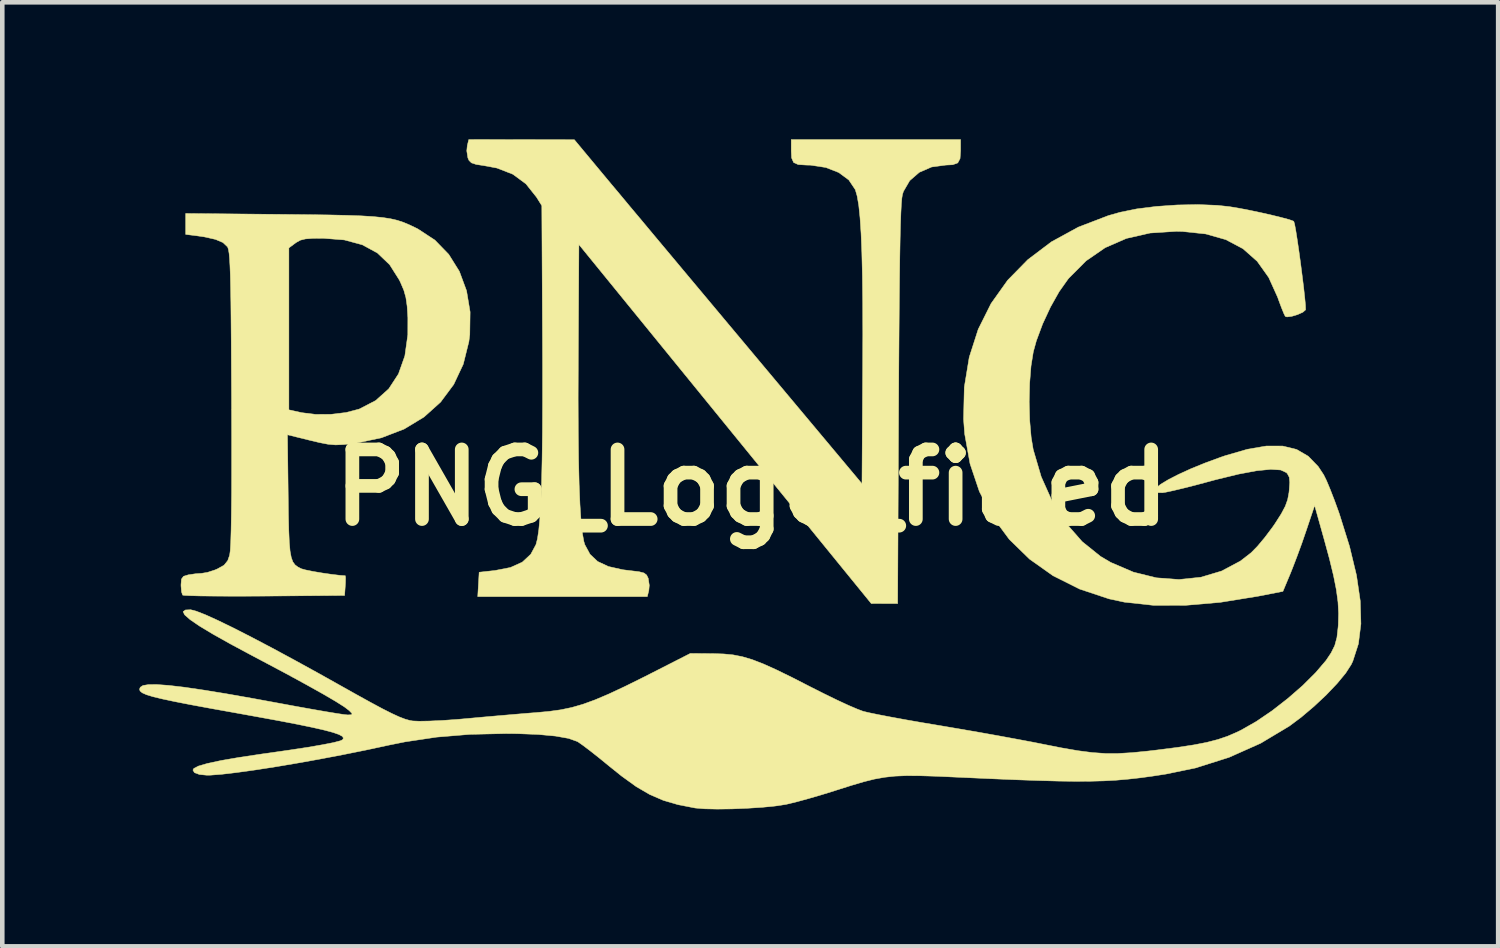
<source format=kicad_pcb>
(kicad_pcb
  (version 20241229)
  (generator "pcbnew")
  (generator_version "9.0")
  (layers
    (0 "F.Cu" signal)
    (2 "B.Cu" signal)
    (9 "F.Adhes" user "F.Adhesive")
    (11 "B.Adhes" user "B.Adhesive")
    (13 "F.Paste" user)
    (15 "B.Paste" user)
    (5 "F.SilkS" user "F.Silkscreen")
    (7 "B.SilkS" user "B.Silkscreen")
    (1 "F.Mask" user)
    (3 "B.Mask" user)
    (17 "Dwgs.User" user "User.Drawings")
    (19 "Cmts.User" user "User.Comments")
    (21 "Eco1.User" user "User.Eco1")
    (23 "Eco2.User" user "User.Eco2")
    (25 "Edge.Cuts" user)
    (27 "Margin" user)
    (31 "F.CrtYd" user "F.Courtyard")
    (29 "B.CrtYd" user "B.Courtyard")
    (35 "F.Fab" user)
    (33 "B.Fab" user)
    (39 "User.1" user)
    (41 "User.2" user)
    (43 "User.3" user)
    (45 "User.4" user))
  (footprint "PNG_Logo_filled"
    (layer "F.Cu")
    (at 13.41 7.625)
    (property "Reference" "PNG_Logo_filled" (at 0 0 0) (layer "F.SilkS") (effects (font (size 1.524 1.524) (thickness 0.3))))
    (attr through_hole)
    (fp_poly (pts (xy 4.572 -7.371) (xy 4.56 -7.202) (xy 4.51 -7.108) (xy 4.399 -7.068) (xy 4.25 -7.061) (xy 3.938 -7.019) (xy 3.668 -6.902) (xy 3.458 -6.72) (xy 3.32 -6.483) (xy 3.298 -6.411) (xy 3.286 -6.337) (xy 3.275 -6.207) (xy 3.265 -6.016) (xy 3.256 -5.761) (xy 3.248 -5.437) (xy 3.241 -5.038) (xy 3.235 -4.561) (xy 3.229 -4.001) (xy 3.224 -3.352) (xy 3.219 -2.612) (xy 3.215 -1.816) (xy 3.194 2.54) (xy 2.616 2.539) (xy -3.785 -5.321) (xy -3.799 -2.775) (xy -3.802 -1.955) (xy -3.799 -1.234) (xy -3.792 -0.609) (xy -3.78 -0.077) (xy -3.762 0.365) (xy -3.739 0.72) (xy -3.711 0.99) (xy -3.677 1.178) (xy -3.656 1.249) (xy -3.542 1.46) (xy -3.375 1.618) (xy -3.14 1.728) (xy -2.826 1.799) (xy -2.654 1.82) (xy -2.47 1.842) (xy -2.361 1.87) (xy -2.302 1.915) (xy -2.267 1.987) (xy -2.244 2.14) (xy -2.254 2.253) (xy -2.288 2.388) (xy -6 2.388) (xy -5.969 1.854) (xy -5.623 1.816) (xy -5.284 1.75) (xy -5.025 1.633) (xy -4.839 1.46) (xy -4.725 1.248) (xy -4.692 1.12) (xy -4.663 0.924) (xy -4.638 0.657) (xy -4.618 0.314) (xy -4.602 -0.108) (xy -4.591 -0.614) (xy -4.583 -1.207) (xy -4.58 -1.891) (xy -4.58 -2.671) (xy -4.582 -3.226) (xy -4.597 -6.172) (xy -4.714 -6.359) (xy -4.945 -6.649) (xy -5.231 -6.86) (xy -5.581 -6.996) (xy -5.859 -7.048) (xy -6.035 -7.075) (xy -6.137 -7.109) (xy -6.192 -7.163) (xy -6.216 -7.219) (xy -6.24 -7.372) (xy -6.229 -7.486) (xy -6.196 -7.62) (xy -5.041 -7.618) (xy -3.886 -7.617) (xy -3.073 -6.64) (xy -2.899 -6.433) (xy -2.669 -6.156) (xy -2.388 -5.821) (xy -2.066 -5.435) (xy -1.71 -5.01) (xy -1.328 -4.553) (xy -0.928 -4.075) (xy -0.518 -3.585) (xy -0.105 -3.092) (xy 0.077 -2.874) (xy 2.413 -0.084) (xy 2.428 -2.569) (xy 2.431 -3.353) (xy 2.429 -4.039) (xy 2.422 -4.634) (xy 2.41 -5.14) (xy 2.393 -5.564) (xy 2.37 -5.909) (xy 2.342 -6.181) (xy 2.307 -6.383) (xy 2.267 -6.521) (xy 2.265 -6.525) (xy 2.125 -6.734) (xy 1.905 -6.897) (xy 1.622 -7.008) (xy 1.289 -7.059) (xy 1.195 -7.061) (xy 1.016 -7.072) (xy 0.916 -7.117) (xy 0.872 -7.218) (xy 0.864 -7.371) (xy 0.864 -7.62) (xy 4.572 -7.62) (xy 4.572 -7.371)) (stroke (width 0.01) (type solid)) (fill yes) (layer "F.SilkS"))
    (fp_poly (pts (xy -10.274 -5.981) (xy -9.718 -5.975) (xy -9.252 -5.969) (xy -8.866 -5.96) (xy -8.549 -5.949) (xy -8.291 -5.933) (xy -8.08 -5.912) (xy -7.906 -5.885) (xy -7.757 -5.85) (xy -7.624 -5.806) (xy -7.494 -5.751) (xy -7.358 -5.686) (xy -7.307 -5.66) (xy -6.938 -5.418) (xy -6.635 -5.106) (xy -6.402 -4.733) (xy -6.245 -4.309) (xy -6.167 -3.845) (xy -6.174 -3.351) (xy -6.194 -3.195) (xy -6.317 -2.701) (xy -6.526 -2.257) (xy -6.814 -1.87) (xy -7.177 -1.544) (xy -7.61 -1.282) (xy -8.108 -1.09) (xy -8.666 -0.972) (xy -8.723 -0.964) (xy -8.942 -0.941) (xy -9.113 -0.934) (xy -9.275 -0.948) (xy -9.466 -0.985) (xy -9.668 -1.033) (xy -10.166 -1.156) (xy -10.15 0.171) (xy -10.145 0.599) (xy -10.137 0.937) (xy -10.126 1.197) (xy -10.109 1.39) (xy -10.083 1.53) (xy -10.048 1.626) (xy -10 1.692) (xy -9.938 1.739) (xy -9.861 1.778) (xy -9.767 1.804) (xy -9.604 1.837) (xy -9.403 1.871) (xy -9.194 1.901) (xy -9.009 1.923) (xy -8.9 1.93) (xy -8.894 1.975) (xy -8.896 2.089) (xy -8.9 2.146) (xy -8.915 2.362) (xy -10.672 2.376) (xy -11.084 2.378) (xy -11.465 2.378) (xy -11.8 2.376) (xy -12.08 2.373) (xy -12.291 2.367) (xy -12.423 2.361) (xy -12.462 2.354) (xy -12.485 2.285) (xy -12.496 2.159) (xy -12.497 2.131) (xy -12.487 2.004) (xy -12.442 1.943) (xy -12.338 1.911) (xy -12.177 1.887) (xy -12.046 1.878) (xy -11.917 1.857) (xy -11.754 1.804) (xy -11.7 1.781) (xy -11.555 1.7) (xy -11.474 1.6) (xy -11.432 1.479) (xy -11.419 1.384) (xy -11.408 1.202) (xy -11.4 0.93) (xy -11.394 0.567) (xy -11.389 0.11) (xy -11.388 -0.442) (xy -11.388 -1.091) (xy -11.39 -1.84) (xy -11.39 -1.941) (xy -11.394 -2.604) (xy -11.397 -3.173) (xy -11.401 -3.654) (xy -11.405 -4.056) (xy -11.411 -4.386) (xy -11.417 -4.65) (xy -11.425 -4.857) (xy -11.434 -5.014) (xy -11.444 -5.127) (xy -11.457 -5.204) (xy -11.469 -5.247) (xy -10.135 -5.247) (xy -10.135 -1.702) (xy -9.855 -1.64) (xy -9.554 -1.602) (xy -9.215 -1.604) (xy -8.883 -1.643) (xy -8.601 -1.717) (xy -8.594 -1.719) (xy -8.235 -1.905) (xy -7.949 -2.161) (xy -7.736 -2.487) (xy -7.596 -2.882) (xy -7.531 -3.344) (xy -7.53 -3.719) (xy -7.546 -3.972) (xy -7.573 -4.16) (xy -7.618 -4.32) (xy -7.69 -4.489) (xy -7.718 -4.547) (xy -7.929 -4.88) (xy -8.196 -5.135) (xy -8.526 -5.315) (xy -8.922 -5.422) (xy -9.382 -5.458) (xy -9.615 -5.456) (xy -9.773 -5.444) (xy -9.882 -5.417) (xy -9.968 -5.37) (xy -9.991 -5.354) (xy -10.135 -5.247) (xy -11.469 -5.247) (xy -11.471 -5.253) (xy -11.481 -5.272) (xy -11.578 -5.364) (xy -11.743 -5.434) (xy -11.988 -5.489) (xy -12.154 -5.513) (xy -12.395 -5.543) (xy -12.395 -6.001) (xy -10.274 -5.981)) (stroke (width 0.01) (type solid)) (fill yes) (layer "F.SilkS"))
    (fp_poly (pts (xy 10.193 -6.179) (xy 10.454 -6.151) (xy 10.655 -6.118) (xy 10.891 -6.073) (xy 11.142 -6.02) (xy 11.385 -5.965) (xy 11.599 -5.912) (xy 11.764 -5.868) (xy 11.856 -5.835) (xy 11.867 -5.828) (xy 11.885 -5.769) (xy 11.911 -5.628) (xy 11.943 -5.425) (xy 11.979 -5.18) (xy 12.016 -4.911) (xy 12.051 -4.639) (xy 12.083 -4.382) (xy 12.107 -4.161) (xy 12.123 -3.994) (xy 12.126 -3.901) (xy 12.125 -3.891) (xy 12.066 -3.839) (xy 11.952 -3.788) (xy 11.823 -3.749) (xy 11.718 -3.736) (xy 11.681 -3.748) (xy 11.65 -3.81) (xy 11.596 -3.943) (xy 11.53 -4.12) (xy 11.514 -4.166) (xy 11.318 -4.6) (xy 11.066 -4.954) (xy 10.755 -5.229) (xy 10.38 -5.428) (xy 9.939 -5.553) (xy 9.428 -5.607) (xy 9.296 -5.61) (xy 8.721 -5.573) (xy 8.203 -5.455) (xy 7.739 -5.253) (xy 7.321 -4.965) (xy 6.944 -4.587) (xy 6.923 -4.562) (xy 6.73 -4.29) (xy 6.54 -3.952) (xy 6.368 -3.582) (xy 6.231 -3.214) (xy 6.164 -2.972) (xy 6.114 -2.661) (xy 6.084 -2.284) (xy 6.074 -1.877) (xy 6.085 -1.471) (xy 6.117 -1.102) (xy 6.162 -0.832) (xy 6.337 -0.237) (xy 6.579 0.303) (xy 6.879 0.779) (xy 7.234 1.184) (xy 7.637 1.508) (xy 7.862 1.64) (xy 8.357 1.852) (xy 8.859 1.976) (xy 9.355 2.013) (xy 9.834 1.963) (xy 10.286 1.828) (xy 10.698 1.609) (xy 10.934 1.426) (xy 11.072 1.285) (xy 11.235 1.09) (xy 11.396 0.876) (xy 11.455 0.791) (xy 11.593 0.575) (xy 11.681 0.409) (xy 11.733 0.264) (xy 11.762 0.109) (xy 11.766 0.068) (xy 11.779 -0.113) (xy 11.768 -0.226) (xy 11.727 -0.303) (xy 11.705 -0.327) (xy 11.58 -0.385) (xy 11.363 -0.399) (xy 11.056 -0.369) (xy 10.657 -0.294) (xy 10.168 -0.175) (xy 10.008 -0.132) (xy 9.717 -0.054) (xy 9.448 0.014) (xy 9.222 0.068) (xy 9.058 0.103) (xy 8.992 0.113) (xy 8.859 0.11) (xy 8.813 0.075) (xy 8.846 0.013) (xy 8.951 -0.071) (xy 9.118 -0.172) (xy 9.342 -0.287) (xy 9.613 -0.411) (xy 9.924 -0.538) (xy 10.267 -0.664) (xy 10.369 -0.699) (xy 10.853 -0.839) (xy 11.269 -0.91) (xy 11.625 -0.909) (xy 11.928 -0.835) (xy 12.184 -0.686) (xy 12.401 -0.462) (xy 12.522 -0.279) (xy 12.583 -0.155) (xy 12.665 0.041) (xy 12.759 0.283) (xy 12.854 0.545) (xy 12.868 0.586) (xy 13.088 1.289) (xy 13.24 1.921) (xy 13.323 2.485) (xy 13.337 2.984) (xy 13.282 3.422) (xy 13.16 3.8) (xy 13.124 3.876) (xy 13.002 4.065) (xy 12.814 4.292) (xy 12.577 4.541) (xy 12.309 4.792) (xy 12.029 5.029) (xy 11.769 5.223) (xy 11.141 5.599) (xy 10.45 5.907) (xy 9.713 6.14) (xy 9.068 6.273) (xy 8.776 6.318) (xy 8.505 6.355) (xy 8.245 6.384) (xy 7.984 6.407) (xy 7.712 6.422) (xy 7.418 6.43) (xy 7.09 6.432) (xy 6.717 6.427) (xy 6.288 6.415) (xy 5.792 6.398) (xy 5.218 6.374) (xy 4.554 6.344) (xy 4.484 6.341) (xy 4.043 6.321) (xy 3.684 6.31) (xy 3.388 6.308) (xy 3.136 6.318) (xy 2.908 6.343) (xy 2.685 6.383) (xy 2.449 6.442) (xy 2.179 6.522) (xy 1.856 6.624) (xy 1.827 6.634) (xy 1.536 6.724) (xy 1.245 6.809) (xy 0.982 6.881) (xy 0.78 6.93) (xy 0.745 6.938) (xy 0.518 6.972) (xy 0.228 7.001) (xy -0.099 7.022) (xy -0.436 7.036) (xy -0.755 7.04) (xy -1.03 7.034) (xy -1.233 7.017) (xy -1.246 7.015) (xy -1.615 6.943) (xy -1.936 6.849) (xy -2.233 6.721) (xy -2.53 6.548) (xy -2.85 6.317) (xy -3.124 6.097) (xy -3.337 5.923) (xy -3.533 5.768) (xy -3.694 5.646) (xy -3.801 5.571) (xy -3.82 5.56) (xy -4.01 5.492) (xy -4.297 5.441) (xy -4.674 5.406) (xy -5.138 5.388) (xy -5.385 5.386) (xy -6.175 5.404) (xy -6.9 5.464) (xy -7.588 5.567) (xy -7.95 5.64) (xy -8.443 5.746) (xy -8.954 5.849) (xy -9.468 5.947) (xy -9.972 6.037) (xy -10.452 6.118) (xy -10.894 6.186) (xy -11.284 6.24) (xy -11.608 6.278) (xy -11.854 6.297) (xy -11.93 6.298) (xy -12.094 6.282) (xy -12.202 6.242) (xy -12.236 6.186) (xy -12.217 6.151) (xy -12.116 6.098) (xy -11.917 6.04) (xy -11.617 5.976) (xy -11.217 5.907) (xy -10.716 5.832) (xy -10.592 5.815) (xy -10.118 5.747) (xy -9.717 5.686) (xy -9.394 5.63) (xy -9.155 5.583) (xy -9.007 5.544) (xy -8.958 5.521) (xy -8.941 5.485) (xy -8.965 5.447) (xy -9.038 5.407) (xy -9.167 5.362) (xy -9.357 5.311) (xy -9.615 5.252) (xy -9.949 5.183) (xy -10.365 5.103) (xy -10.869 5.011) (xy -11.328 4.928) (xy -11.853 4.834) (xy -12.286 4.754) (xy -12.634 4.686) (xy -12.906 4.628) (xy -13.11 4.579) (xy -13.254 4.535) (xy -13.346 4.494) (xy -13.393 4.455) (xy -13.405 4.416) (xy -13.389 4.373) (xy -13.33 4.334) (xy -13.209 4.314) (xy -13.022 4.313) (xy -12.763 4.332) (xy -12.429 4.371) (xy -12.014 4.432) (xy -11.514 4.513) (xy -10.924 4.617) (xy -10.32 4.728) (xy -9.957 4.795) (xy -9.622 4.855) (xy -9.329 4.906) (xy -9.092 4.945) (xy -8.926 4.97) (xy -8.848 4.978) (xy -8.756 4.974) (xy -8.754 4.945) (xy -8.815 4.882) (xy -8.92 4.802) (xy -9.111 4.681) (xy -9.388 4.519) (xy -9.753 4.315) (xy -10.206 4.068) (xy -10.75 3.779) (xy -10.937 3.68) (xy -11.413 3.425) (xy -11.798 3.209) (xy -12.092 3.032) (xy -12.298 2.891) (xy -12.417 2.787) (xy -12.451 2.717) (xy -12.4 2.68) (xy -12.284 2.675) (xy -12.167 2.705) (xy -11.969 2.782) (xy -11.697 2.905) (xy -11.359 3.069) (xy -10.961 3.272) (xy -10.51 3.509) (xy -10.013 3.777) (xy -9.477 4.072) (xy -9.093 4.287) (xy -8.685 4.516) (xy -8.354 4.699) (xy -8.09 4.841) (xy -7.882 4.946) (xy -7.719 5.021) (xy -7.591 5.07) (xy -7.488 5.099) (xy -7.425 5.11) (xy -7.28 5.116) (xy -7.056 5.112) (xy -6.775 5.099) (xy -6.457 5.077) (xy -6.231 5.057) (xy -5.882 5.025) (xy -5.516 4.993) (xy -5.167 4.963) (xy -4.867 4.938) (xy -4.724 4.927) (xy -4.44 4.901) (xy -4.185 4.866) (xy -3.941 4.815) (xy -3.695 4.744) (xy -3.429 4.647) (xy -3.128 4.519) (xy -2.778 4.355) (xy -2.36 4.148) (xy -2.159 4.046) (xy -1.346 3.632) (xy -0.838 3.636) (xy -0.615 3.643) (xy -0.409 3.663) (xy -0.206 3.703) (xy 0.01 3.767) (xy 0.253 3.861) (xy 0.539 3.99) (xy 0.883 4.158) (xy 1.295 4.369) (xy 1.587 4.516) (xy 1.868 4.653) (xy 2.118 4.769) (xy 2.318 4.854) (xy 2.438 4.899) (xy 2.563 4.929) (xy 2.772 4.972) (xy 3.048 5.025) (xy 3.375 5.085) (xy 3.736 5.148) (xy 4.089 5.207) (xy 4.513 5.279) (xy 4.959 5.356) (xy 5.402 5.435) (xy 5.814 5.511) (xy 6.17 5.578) (xy 6.35 5.614) (xy 6.785 5.7) (xy 7.145 5.762) (xy 7.455 5.802) (xy 7.739 5.822) (xy 8.022 5.822) (xy 8.327 5.804) (xy 8.679 5.769) (xy 8.883 5.745) (xy 9.32 5.689) (xy 9.674 5.635) (xy 9.963 5.579) (xy 10.206 5.516) (xy 10.421 5.443) (xy 10.626 5.354) (xy 10.716 5.31) (xy 11.046 5.122) (xy 11.393 4.886) (xy 11.738 4.617) (xy 12.063 4.334) (xy 12.347 4.051) (xy 12.573 3.786) (xy 12.683 3.622) (xy 12.764 3.459) (xy 12.812 3.282) (xy 12.838 3.052) (xy 12.842 2.996) (xy 12.848 2.752) (xy 12.835 2.506) (xy 12.799 2.238) (xy 12.738 1.931) (xy 12.649 1.564) (xy 12.536 1.149) (xy 12.324 0.393) (xy 12.138 0.946) (xy 12.044 1.219) (xy 11.939 1.505) (xy 11.841 1.761) (xy 11.791 1.886) (xy 11.629 2.273) (xy 11.085 2.379) (xy 10.258 2.513) (xy 9.492 2.579) (xy 8.791 2.578) (xy 8.159 2.509) (xy 7.823 2.437) (xy 7.177 2.222) (xy 6.595 1.93) (xy 6.081 1.566) (xy 5.638 1.134) (xy 5.271 0.639) (xy 4.983 0.086) (xy 4.779 -0.521) (xy 4.661 -1.176) (xy 4.637 -1.499) (xy 4.653 -2.196) (xy 4.761 -2.853) (xy 4.958 -3.466) (xy 5.239 -4.029) (xy 5.602 -4.539) (xy 6.044 -4.99) (xy 6.56 -5.38) (xy 7.149 -5.702) (xy 7.806 -5.954) (xy 8.067 -6.028) (xy 8.427 -6.101) (xy 8.854 -6.155) (xy 9.313 -6.187) (xy 9.771 -6.196) (xy 10.193 -6.179)) (stroke (width 0.01) (type solid)) (fill yes) (layer "F.SilkS")))
  (gr_rect
    (start -3 -3)
    (end 29.752 17.67)
    (stroke (width 0.1) (type default))
    (fill no)
    (layer "Edge.Cuts")))
</source>
